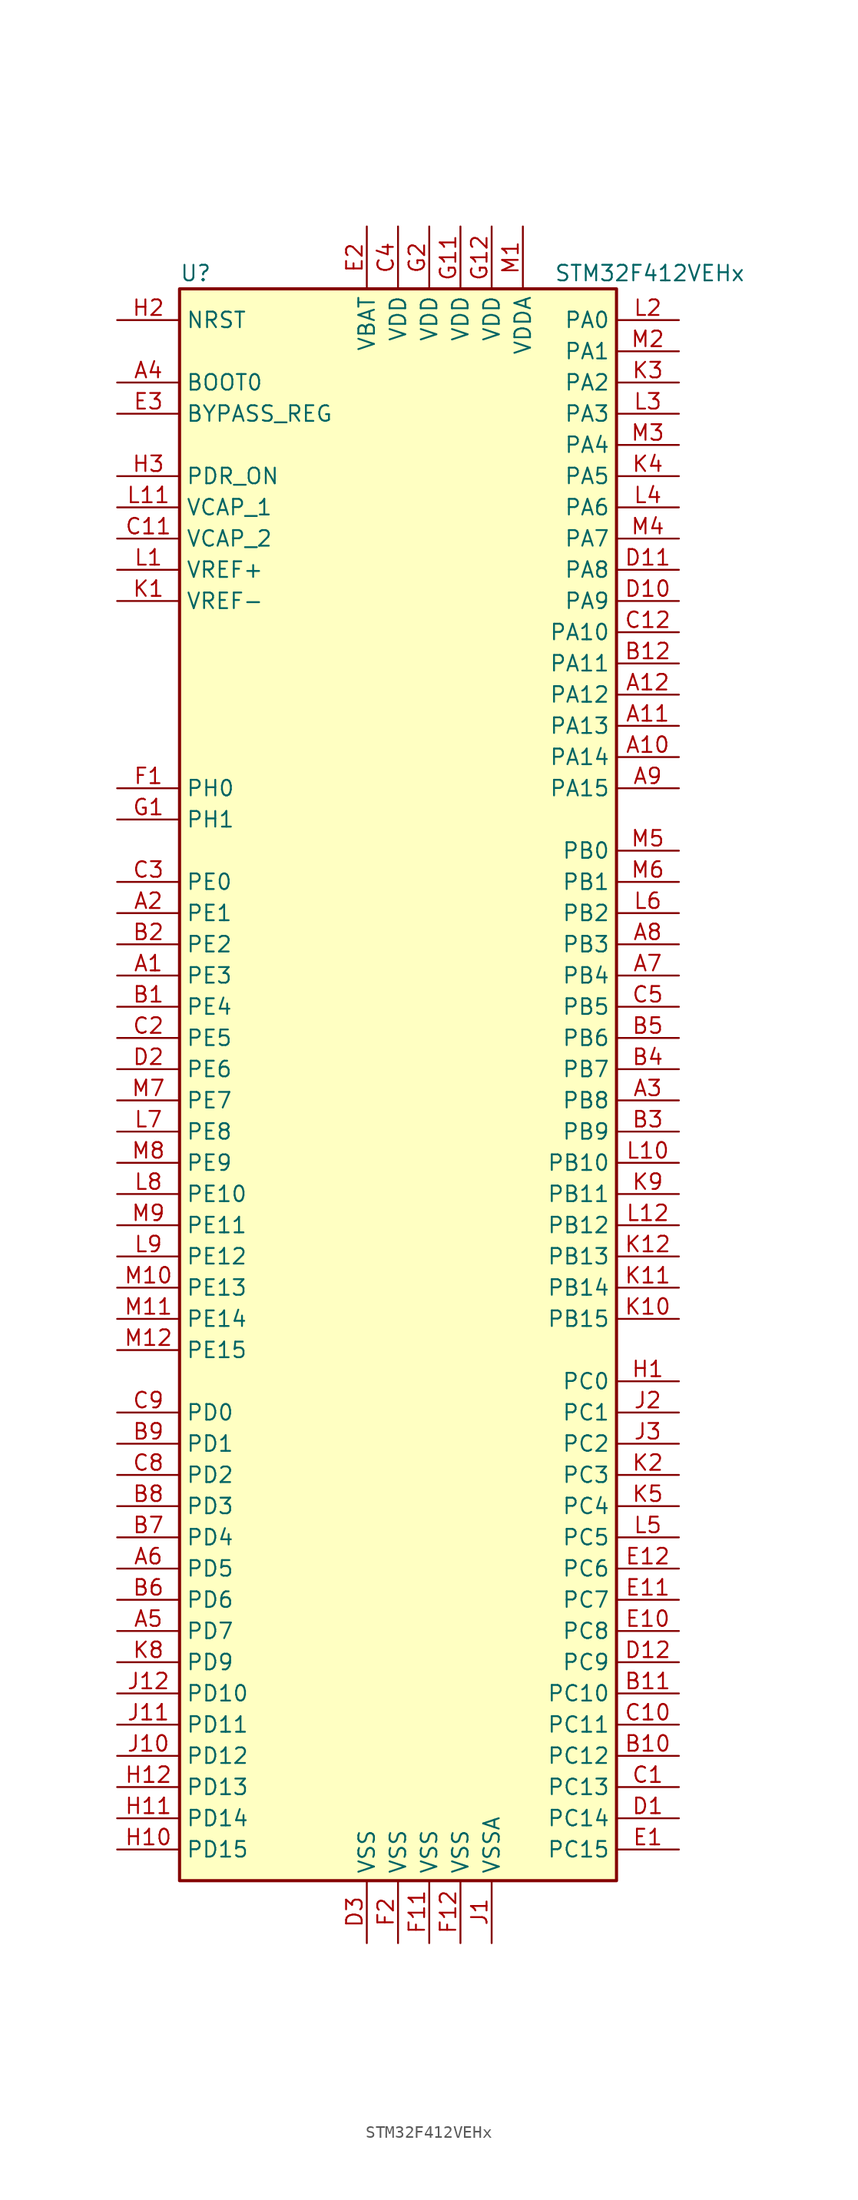
<source format=kicad_sym>
(kicad_symbol_lib
  (version 20201005)
  (generator kicad_symbol_editor)
  (symbol "STM32F412VEHx"
    (property "Reference" "U"
      (at -17.78 64.77 0)
      (effects (font (size 1.27 1.27)) (justify left)))
    (property "Value" "STM32F412VEHx"
      (at 12.7 64.77 0)
      (effects (font (size 1.27 1.27)) (justify left)))
    (symbol "STM32F412VEHx_0_1"
      (rectangle (start -17.78 -66.04) (end 17.78 63.5) (stroke (width 0.254)) (fill (type background))))
    (symbol "STM32F412VEHx_1_1"
      (pin input line (at -22.86 55.88 0) (length 5.08) (name "BOOT0" (effects (font (size 1.27 1.27)))) (number "A4" (effects (font (size 1.27 1.27)))))
      (pin input line (at -22.86 53.34 0) (length 5.08) (name "BYPASS_REG" (effects (font (size 1.27 1.27)))) (number "E3" (effects (font (size 1.27 1.27)))))
      (pin input line (at -22.86 60.96 0) (length 5.08) (name "NRST" (effects (font (size 1.27 1.27)))) (number "H2" (effects (font (size 1.27 1.27)))))
      (pin bidirectional line (at 22.86 60.96 180) (length 5.08) (name "PA0" (effects (font (size 1.27 1.27)))) (number "L2" (effects (font (size 1.27 1.27)))))
      (pin bidirectional line (at 22.86 58.42 180) (length 5.08) (name "PA1" (effects (font (size 1.27 1.27)))) (number "M2" (effects (font (size 1.27 1.27)))))
      (pin bidirectional line (at 22.86 35.56 180) (length 5.08) (name "PA10" (effects (font (size 1.27 1.27)))) (number "C12" (effects (font (size 1.27 1.27)))))
      (pin bidirectional line (at 22.86 33.02 180) (length 5.08) (name "PA11" (effects (font (size 1.27 1.27)))) (number "B12" (effects (font (size 1.27 1.27)))))
      (pin bidirectional line (at 22.86 30.48 180) (length 5.08) (name "PA12" (effects (font (size 1.27 1.27)))) (number "A12" (effects (font (size 1.27 1.27)))))
      (pin bidirectional line (at 22.86 27.94 180) (length 5.08) (name "PA13" (effects (font (size 1.27 1.27)))) (number "A11" (effects (font (size 1.27 1.27)))))
      (pin bidirectional line (at 22.86 25.4 180) (length 5.08) (name "PA14" (effects (font (size 1.27 1.27)))) (number "A10" (effects (font (size 1.27 1.27)))))
      (pin bidirectional line (at 22.86 22.86 180) (length 5.08) (name "PA15" (effects (font (size 1.27 1.27)))) (number "A9" (effects (font (size 1.27 1.27)))))
      (pin bidirectional line (at 22.86 55.88 180) (length 5.08) (name "PA2" (effects (font (size 1.27 1.27)))) (number "K3" (effects (font (size 1.27 1.27)))))
      (pin bidirectional line (at 22.86 53.34 180) (length 5.08) (name "PA3" (effects (font (size 1.27 1.27)))) (number "L3" (effects (font (size 1.27 1.27)))))
      (pin bidirectional line (at 22.86 50.8 180) (length 5.08) (name "PA4" (effects (font (size 1.27 1.27)))) (number "M3" (effects (font (size 1.27 1.27)))))
      (pin bidirectional line (at 22.86 48.26 180) (length 5.08) (name "PA5" (effects (font (size 1.27 1.27)))) (number "K4" (effects (font (size 1.27 1.27)))))
      (pin bidirectional line (at 22.86 45.72 180) (length 5.08) (name "PA6" (effects (font (size 1.27 1.27)))) (number "L4" (effects (font (size 1.27 1.27)))))
      (pin bidirectional line (at 22.86 43.18 180) (length 5.08) (name "PA7" (effects (font (size 1.27 1.27)))) (number "M4" (effects (font (size 1.27 1.27)))))
      (pin bidirectional line (at 22.86 40.64 180) (length 5.08) (name "PA8" (effects (font (size 1.27 1.27)))) (number "D11" (effects (font (size 1.27 1.27)))))
      (pin bidirectional line (at 22.86 38.1 180) (length 5.08) (name "PA9" (effects (font (size 1.27 1.27)))) (number "D10" (effects (font (size 1.27 1.27)))))
      (pin bidirectional line (at 22.86 17.78 180) (length 5.08) (name "PB0" (effects (font (size 1.27 1.27)))) (number "M5" (effects (font (size 1.27 1.27)))))
      (pin bidirectional line (at 22.86 15.24 180) (length 5.08) (name "PB1" (effects (font (size 1.27 1.27)))) (number "M6" (effects (font (size 1.27 1.27)))))
      (pin bidirectional line (at 22.86 -7.62 180) (length 5.08) (name "PB10" (effects (font (size 1.27 1.27)))) (number "L10" (effects (font (size 1.27 1.27)))))
      (pin bidirectional line (at 22.86 -10.16 180) (length 5.08) (name "PB11" (effects (font (size 1.27 1.27)))) (number "K9" (effects (font (size 1.27 1.27)))))
      (pin bidirectional line (at 22.86 -12.7 180) (length 5.08) (name "PB12" (effects (font (size 1.27 1.27)))) (number "L12" (effects (font (size 1.27 1.27)))))
      (pin bidirectional line (at 22.86 -15.24 180) (length 5.08) (name "PB13" (effects (font (size 1.27 1.27)))) (number "K12" (effects (font (size 1.27 1.27)))))
      (pin bidirectional line (at 22.86 -17.78 180) (length 5.08) (name "PB14" (effects (font (size 1.27 1.27)))) (number "K11" (effects (font (size 1.27 1.27)))))
      (pin bidirectional line (at 22.86 -20.32 180) (length 5.08) (name "PB15" (effects (font (size 1.27 1.27)))) (number "K10" (effects (font (size 1.27 1.27)))))
      (pin bidirectional line (at 22.86 12.7 180) (length 5.08) (name "PB2" (effects (font (size 1.27 1.27)))) (number "L6" (effects (font (size 1.27 1.27)))))
      (pin bidirectional line (at 22.86 10.16 180) (length 5.08) (name "PB3" (effects (font (size 1.27 1.27)))) (number "A8" (effects (font (size 1.27 1.27)))))
      (pin bidirectional line (at 22.86 7.62 180) (length 5.08) (name "PB4" (effects (font (size 1.27 1.27)))) (number "A7" (effects (font (size 1.27 1.27)))))
      (pin bidirectional line (at 22.86 5.08 180) (length 5.08) (name "PB5" (effects (font (size 1.27 1.27)))) (number "C5" (effects (font (size 1.27 1.27)))))
      (pin bidirectional line (at 22.86 2.54 180) (length 5.08) (name "PB6" (effects (font (size 1.27 1.27)))) (number "B5" (effects (font (size 1.27 1.27)))))
      (pin bidirectional line (at 22.86 0 180) (length 5.08) (name "PB7" (effects (font (size 1.27 1.27)))) (number "B4" (effects (font (size 1.27 1.27)))))
      (pin bidirectional line (at 22.86 -2.54 180) (length 5.08) (name "PB8" (effects (font (size 1.27 1.27)))) (number "A3" (effects (font (size 1.27 1.27)))))
      (pin bidirectional line (at 22.86 -5.08 180) (length 5.08) (name "PB9" (effects (font (size 1.27 1.27)))) (number "B3" (effects (font (size 1.27 1.27)))))
      (pin bidirectional line (at 22.86 -25.4 180) (length 5.08) (name "PC0" (effects (font (size 1.27 1.27)))) (number "H1" (effects (font (size 1.27 1.27)))))
      (pin bidirectional line (at 22.86 -27.94 180) (length 5.08) (name "PC1" (effects (font (size 1.27 1.27)))) (number "J2" (effects (font (size 1.27 1.27)))))
      (pin bidirectional line (at 22.86 -50.8 180) (length 5.08) (name "PC10" (effects (font (size 1.27 1.27)))) (number "B11" (effects (font (size 1.27 1.27)))))
      (pin bidirectional line (at 22.86 -53.34 180) (length 5.08) (name "PC11" (effects (font (size 1.27 1.27)))) (number "C10" (effects (font (size 1.27 1.27)))))
      (pin bidirectional line (at 22.86 -55.88 180) (length 5.08) (name "PC12" (effects (font (size 1.27 1.27)))) (number "B10" (effects (font (size 1.27 1.27)))))
      (pin bidirectional line (at 22.86 -58.42 180) (length 5.08) (name "PC13" (effects (font (size 1.27 1.27)))) (number "C1" (effects (font (size 1.27 1.27)))))
      (pin bidirectional line (at 22.86 -60.96 180) (length 5.08) (name "PC14" (effects (font (size 1.27 1.27)))) (number "D1" (effects (font (size 1.27 1.27)))))
      (pin bidirectional line (at 22.86 -63.5 180) (length 5.08) (name "PC15" (effects (font (size 1.27 1.27)))) (number "E1" (effects (font (size 1.27 1.27)))))
      (pin bidirectional line (at 22.86 -30.48 180) (length 5.08) (name "PC2" (effects (font (size 1.27 1.27)))) (number "J3" (effects (font (size 1.27 1.27)))))
      (pin bidirectional line (at 22.86 -33.02 180) (length 5.08) (name "PC3" (effects (font (size 1.27 1.27)))) (number "K2" (effects (font (size 1.27 1.27)))))
      (pin bidirectional line (at 22.86 -35.56 180) (length 5.08) (name "PC4" (effects (font (size 1.27 1.27)))) (number "K5" (effects (font (size 1.27 1.27)))))
      (pin bidirectional line (at 22.86 -38.1 180) (length 5.08) (name "PC5" (effects (font (size 1.27 1.27)))) (number "L5" (effects (font (size 1.27 1.27)))))
      (pin bidirectional line (at 22.86 -40.64 180) (length 5.08) (name "PC6" (effects (font (size 1.27 1.27)))) (number "E12" (effects (font (size 1.27 1.27)))))
      (pin bidirectional line (at 22.86 -43.18 180) (length 5.08) (name "PC7" (effects (font (size 1.27 1.27)))) (number "E11" (effects (font (size 1.27 1.27)))))
      (pin bidirectional line (at 22.86 -45.72 180) (length 5.08) (name "PC8" (effects (font (size 1.27 1.27)))) (number "E10" (effects (font (size 1.27 1.27)))))
      (pin bidirectional line (at 22.86 -48.26 180) (length 5.08) (name "PC9" (effects (font (size 1.27 1.27)))) (number "D12" (effects (font (size 1.27 1.27)))))
      (pin bidirectional line (at -22.86 -27.94 0) (length 5.08) (name "PD0" (effects (font (size 1.27 1.27)))) (number "C9" (effects (font (size 1.27 1.27)))))
      (pin bidirectional line (at -22.86 -30.48 0) (length 5.08) (name "PD1" (effects (font (size 1.27 1.27)))) (number "B9" (effects (font (size 1.27 1.27)))))
      (pin bidirectional line (at -22.86 -50.8 0) (length 5.08) (name "PD10" (effects (font (size 1.27 1.27)))) (number "J12" (effects (font (size 1.27 1.27)))))
      (pin bidirectional line (at -22.86 -53.34 0) (length 5.08) (name "PD11" (effects (font (size 1.27 1.27)))) (number "J11" (effects (font (size 1.27 1.27)))))
      (pin bidirectional line (at -22.86 -55.88 0) (length 5.08) (name "PD12" (effects (font (size 1.27 1.27)))) (number "J10" (effects (font (size 1.27 1.27)))))
      (pin bidirectional line (at -22.86 -58.42 0) (length 5.08) (name "PD13" (effects (font (size 1.27 1.27)))) (number "H12" (effects (font (size 1.27 1.27)))))
      (pin bidirectional line (at -22.86 -60.96 0) (length 5.08) (name "PD14" (effects (font (size 1.27 1.27)))) (number "H11" (effects (font (size 1.27 1.27)))))
      (pin bidirectional line (at -22.86 -63.5 0) (length 5.08) (name "PD15" (effects (font (size 1.27 1.27)))) (number "H10" (effects (font (size 1.27 1.27)))))
      (pin bidirectional line (at -22.86 -33.02 0) (length 5.08) (name "PD2" (effects (font (size 1.27 1.27)))) (number "C8" (effects (font (size 1.27 1.27)))))
      (pin bidirectional line (at -22.86 -35.56 0) (length 5.08) (name "PD3" (effects (font (size 1.27 1.27)))) (number "B8" (effects (font (size 1.27 1.27)))))
      (pin bidirectional line (at -22.86 -38.1 0) (length 5.08) (name "PD4" (effects (font (size 1.27 1.27)))) (number "B7" (effects (font (size 1.27 1.27)))))
      (pin bidirectional line (at -22.86 -40.64 0) (length 5.08) (name "PD5" (effects (font (size 1.27 1.27)))) (number "A6" (effects (font (size 1.27 1.27)))))
      (pin bidirectional line (at -22.86 -43.18 0) (length 5.08) (name "PD6" (effects (font (size 1.27 1.27)))) (number "B6" (effects (font (size 1.27 1.27)))))
      (pin bidirectional line (at -22.86 -45.72 0) (length 5.08) (name "PD7" (effects (font (size 1.27 1.27)))) (number "A5" (effects (font (size 1.27 1.27)))))
      (pin bidirectional line (at -22.86 -48.26 0) (length 5.08) (name "PD9" (effects (font (size 1.27 1.27)))) (number "K8" (effects (font (size 1.27 1.27)))))
      (pin power_in line (at -22.86 48.26 0) (length 5.08) (name "PDR_ON" (effects (font (size 1.27 1.27)))) (number "H3" (effects (font (size 1.27 1.27)))))
      (pin bidirectional line (at -22.86 15.24 0) (length 5.08) (name "PE0" (effects (font (size 1.27 1.27)))) (number "C3" (effects (font (size 1.27 1.27)))))
      (pin bidirectional line (at -22.86 12.7 0) (length 5.08) (name "PE1" (effects (font (size 1.27 1.27)))) (number "A2" (effects (font (size 1.27 1.27)))))
      (pin bidirectional line (at -22.86 -10.16 0) (length 5.08) (name "PE10" (effects (font (size 1.27 1.27)))) (number "L8" (effects (font (size 1.27 1.27)))))
      (pin bidirectional line (at -22.86 -12.7 0) (length 5.08) (name "PE11" (effects (font (size 1.27 1.27)))) (number "M9" (effects (font (size 1.27 1.27)))))
      (pin bidirectional line (at -22.86 -15.24 0) (length 5.08) (name "PE12" (effects (font (size 1.27 1.27)))) (number "L9" (effects (font (size 1.27 1.27)))))
      (pin bidirectional line (at -22.86 -17.78 0) (length 5.08) (name "PE13" (effects (font (size 1.27 1.27)))) (number "M10" (effects (font (size 1.27 1.27)))))
      (pin bidirectional line (at -22.86 -20.32 0) (length 5.08) (name "PE14" (effects (font (size 1.27 1.27)))) (number "M11" (effects (font (size 1.27 1.27)))))
      (pin bidirectional line (at -22.86 -22.86 0) (length 5.08) (name "PE15" (effects (font (size 1.27 1.27)))) (number "M12" (effects (font (size 1.27 1.27)))))
      (pin bidirectional line (at -22.86 10.16 0) (length 5.08) (name "PE2" (effects (font (size 1.27 1.27)))) (number "B2" (effects (font (size 1.27 1.27)))))
      (pin bidirectional line (at -22.86 7.62 0) (length 5.08) (name "PE3" (effects (font (size 1.27 1.27)))) (number "A1" (effects (font (size 1.27 1.27)))))
      (pin bidirectional line (at -22.86 5.08 0) (length 5.08) (name "PE4" (effects (font (size 1.27 1.27)))) (number "B1" (effects (font (size 1.27 1.27)))))
      (pin bidirectional line (at -22.86 2.54 0) (length 5.08) (name "PE5" (effects (font (size 1.27 1.27)))) (number "C2" (effects (font (size 1.27 1.27)))))
      (pin bidirectional line (at -22.86 0 0) (length 5.08) (name "PE6" (effects (font (size 1.27 1.27)))) (number "D2" (effects (font (size 1.27 1.27)))))
      (pin bidirectional line (at -22.86 -2.54 0) (length 5.08) (name "PE7" (effects (font (size 1.27 1.27)))) (number "M7" (effects (font (size 1.27 1.27)))))
      (pin bidirectional line (at -22.86 -5.08 0) (length 5.08) (name "PE8" (effects (font (size 1.27 1.27)))) (number "L7" (effects (font (size 1.27 1.27)))))
      (pin bidirectional line (at -22.86 -7.62 0) (length 5.08) (name "PE9" (effects (font (size 1.27 1.27)))) (number "M8" (effects (font (size 1.27 1.27)))))
      (pin input line (at -22.86 22.86 0) (length 5.08) (name "PH0" (effects (font (size 1.27 1.27)))) (number "F1" (effects (font (size 1.27 1.27)))))
      (pin input line (at -22.86 20.32 0) (length 5.08) (name "PH1" (effects (font (size 1.27 1.27)))) (number "G1" (effects (font (size 1.27 1.27)))))
      (pin power_in line (at -2.54 68.58 270) (length 5.08) (name "VBAT" (effects (font (size 1.27 1.27)))) (number "E2" (effects (font (size 1.27 1.27)))))
      (pin power_in line (at -22.86 45.72 0) (length 5.08) (name "VCAP_1" (effects (font (size 1.27 1.27)))) (number "L11" (effects (font (size 1.27 1.27)))))
      (pin power_in line (at -22.86 43.18 0) (length 5.08) (name "VCAP_2" (effects (font (size 1.27 1.27)))) (number "C11" (effects (font (size 1.27 1.27)))))
      (pin power_in line (at 0 68.58 270) (length 5.08) (name "VDD" (effects (font (size 1.27 1.27)))) (number "C4" (effects (font (size 1.27 1.27)))))
      (pin power_in line (at 5.08 68.58 270) (length 5.08) (name "VDD" (effects (font (size 1.27 1.27)))) (number "G11" (effects (font (size 1.27 1.27)))))
      (pin power_in line (at 7.62 68.58 270) (length 5.08) (name "VDD" (effects (font (size 1.27 1.27)))) (number "G12" (effects (font (size 1.27 1.27)))))
      (pin power_in line (at 2.54 68.58 270) (length 5.08) (name "VDD" (effects (font (size 1.27 1.27)))) (number "G2" (effects (font (size 1.27 1.27)))))
      (pin power_in line (at 10.16 68.58 270) (length 5.08) (name "VDDA" (effects (font (size 1.27 1.27)))) (number "M1" (effects (font (size 1.27 1.27)))))
      (pin power_in line (at -22.86 40.64 0) (length 5.08) (name "VREF+" (effects (font (size 1.27 1.27)))) (number "L1" (effects (font (size 1.27 1.27)))))
      (pin power_in line (at -22.86 38.1 0) (length 5.08) (name "VREF-" (effects (font (size 1.27 1.27)))) (number "K1" (effects (font (size 1.27 1.27)))))
      (pin power_in line (at -2.54 -71.12 90) (length 5.08) (name "VSS" (effects (font (size 1.27 1.27)))) (number "D3" (effects (font (size 1.27 1.27)))))
      (pin power_in line (at 2.54 -71.12 90) (length 5.08) (name "VSS" (effects (font (size 1.27 1.27)))) (number "F11" (effects (font (size 1.27 1.27)))))
      (pin power_in line (at 5.08 -71.12 90) (length 5.08) (name "VSS" (effects (font (size 1.27 1.27)))) (number "F12" (effects (font (size 1.27 1.27)))))
      (pin power_in line (at 0 -71.12 90) (length 5.08) (name "VSS" (effects (font (size 1.27 1.27)))) (number "F2" (effects (font (size 1.27 1.27)))))
      (pin power_in line (at 7.62 -71.12 90) (length 5.08) (name "VSSA" (effects (font (size 1.27 1.27)))) (number "J1" (effects (font (size 1.27 1.27))))))))
</source>
